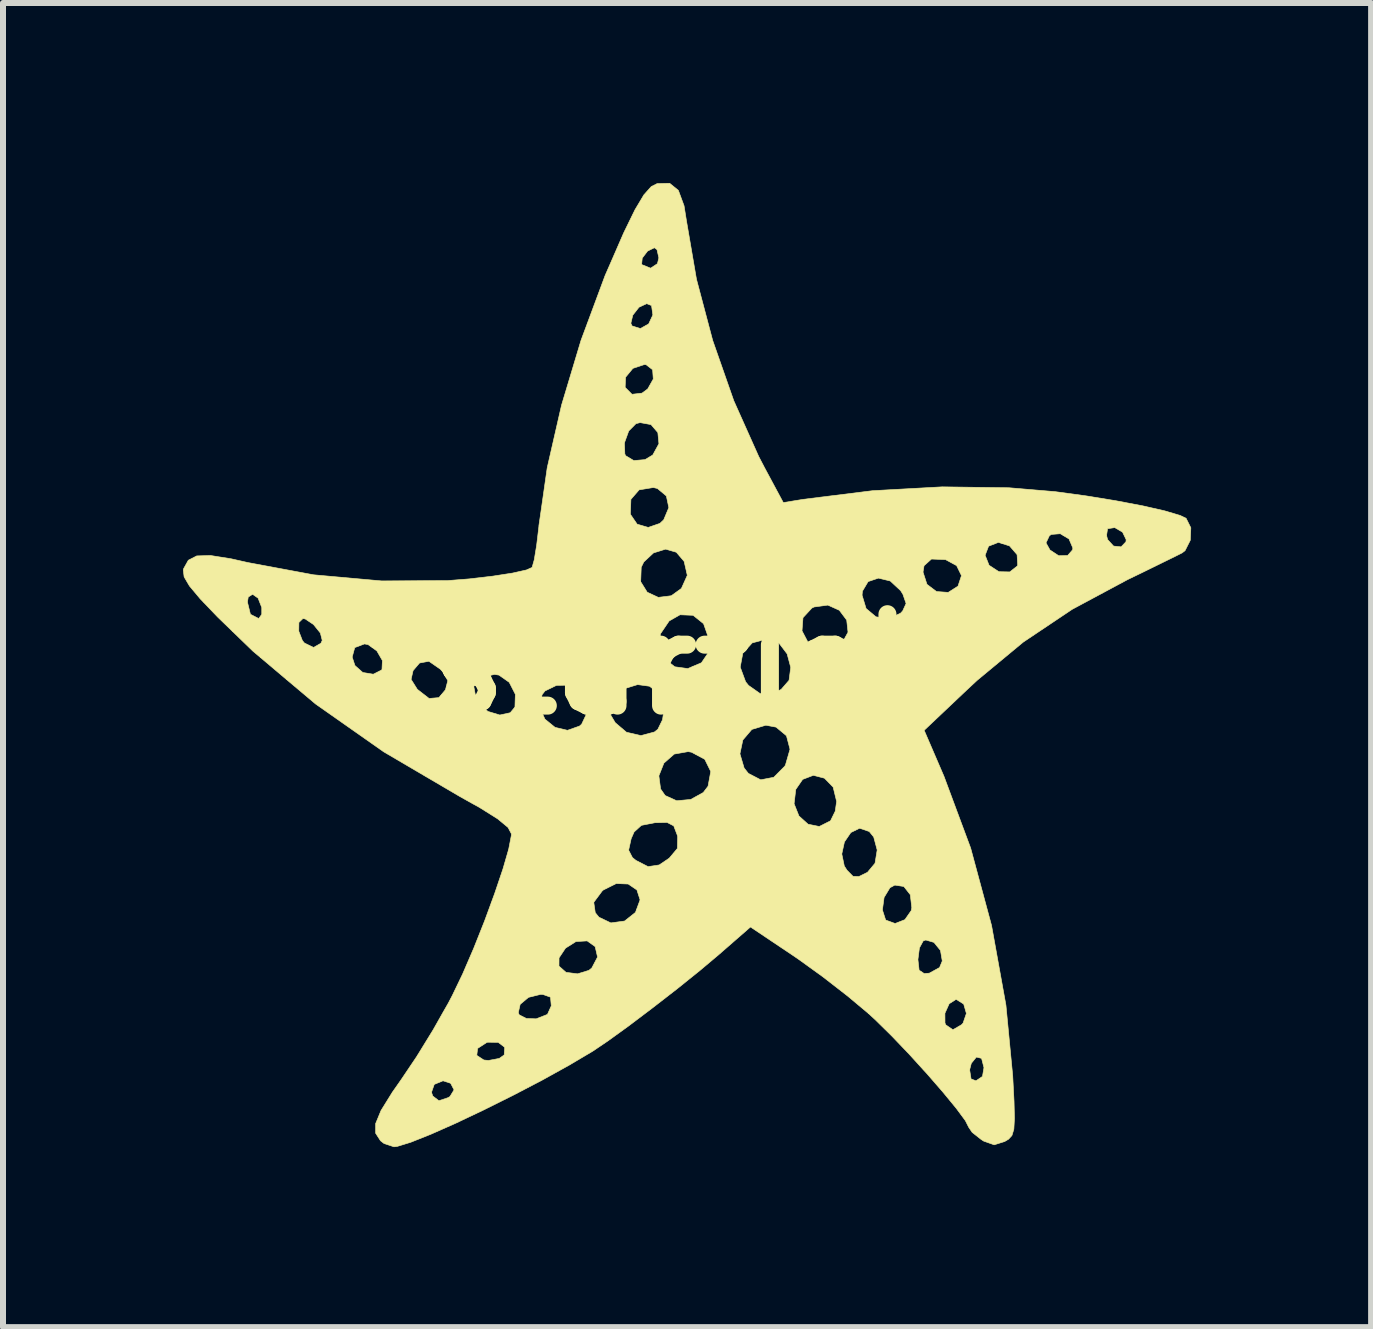
<source format=kicad_pcb>
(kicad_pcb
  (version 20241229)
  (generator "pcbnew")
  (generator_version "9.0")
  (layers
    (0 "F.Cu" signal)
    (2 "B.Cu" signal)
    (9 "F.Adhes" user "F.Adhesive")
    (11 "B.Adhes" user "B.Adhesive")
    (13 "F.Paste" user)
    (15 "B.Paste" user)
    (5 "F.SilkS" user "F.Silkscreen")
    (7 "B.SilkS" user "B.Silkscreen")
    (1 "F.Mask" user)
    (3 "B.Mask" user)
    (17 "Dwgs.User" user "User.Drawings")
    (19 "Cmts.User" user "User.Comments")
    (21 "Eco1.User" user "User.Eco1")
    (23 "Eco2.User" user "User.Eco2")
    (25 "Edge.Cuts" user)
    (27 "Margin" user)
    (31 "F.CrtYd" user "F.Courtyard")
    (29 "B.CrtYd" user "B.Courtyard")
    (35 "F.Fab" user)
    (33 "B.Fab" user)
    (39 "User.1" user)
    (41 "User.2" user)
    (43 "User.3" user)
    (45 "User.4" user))
  (footprint "starfish"
    (layer "F.Cu")
    (at 8.44 8.022)
    (property "Reference" "starfish" (at 0 0 0) (layer "F.SilkS") (effects (font (size 1.524 1.524) (thickness 0.3))))
    (attr through_hole)
    (fp_poly (pts (xy -0.183 -7.899) (xy -0.088 -7.642) (xy -0.047 -7.385) (xy 0.119 -6.417) (xy 0.389 -5.398) (xy 0.741 -4.392) (xy 1.156 -3.464) (xy 1.255 -3.274) (xy 1.566 -2.695) (xy 1.905 -2.75) (xy 3.054 -2.893) (xy 4.214 -2.957) (xy 5.329 -2.942) (xy 6.098 -2.877) (xy 6.612 -2.807) (xy 7.108 -2.726) (xy 7.556 -2.641) (xy 7.924 -2.557) (xy 8.18 -2.481) (xy 8.28 -2.433) (xy 8.359 -2.275) (xy 8.35 -2.067) (xy 8.262 -1.893) (xy 8.213 -1.856) (xy 8.086 -1.792) (xy 7.845 -1.674) (xy 7.531 -1.52) (xy 7.305 -1.411) (xy 6.382 -0.916) (xy 5.567 -0.37) (xy 4.797 0.268) (xy 4.62 0.433) (xy 3.914 1.101) (xy 4.245 1.87) (xy 4.689 3.064) (xy 5.037 4.353) (xy 5.277 5.682) (xy 5.39 6.859) (xy 5.412 7.283) (xy 5.419 7.57) (xy 5.409 7.75) (xy 5.377 7.855) (xy 5.32 7.917) (xy 5.256 7.955) (xy 5.081 8.01) (xy 4.906 7.948) (xy 4.863 7.92) (xy 4.714 7.802) (xy 4.657 7.718) (xy 4.601 7.607) (xy 4.45 7.403) (xy 4.228 7.133) (xy 3.959 6.823) (xy 3.9 6.759) (xy 4.672 6.759) (xy 4.696 6.912) (xy 4.778 6.943) (xy 4.886 6.87) (xy 4.911 6.724) (xy 4.871 6.569) (xy 4.785 6.547) (xy 4.7 6.651) (xy 4.672 6.759) (xy 3.9 6.759) (xy 3.666 6.501) (xy 3.372 6.194) (xy 3.103 5.929) (xy 2.987 5.822) (xy 2.981 5.817) (xy 4.26 5.817) (xy 4.261 5.98) (xy 4.275 6.011) (xy 4.393 6.092) (xy 4.538 6.008) (xy 4.563 5.98) (xy 4.618 5.82) (xy 4.573 5.664) (xy 4.452 5.588) (xy 4.442 5.588) (xy 4.331 5.659) (xy 4.26 5.817) (xy 2.981 5.817) (xy 2.638 5.53) (xy 2.222 5.207) (xy 1.827 4.922) (xy 3.81 4.922) (xy 3.83 5.099) (xy 3.914 5.155) (xy 4 5.149) (xy 4.171 5.055) (xy 4.216 4.946) (xy 4.186 4.77) (xy 4.077 4.636) (xy 3.941 4.596) (xy 3.898 4.612) (xy 3.835 4.728) (xy 3.81 4.922) (xy 1.827 4.922) (xy 1.814 4.913) (xy 1.716 4.846) (xy 1.019 4.379) (xy 0.488 4.842) (xy 0.173 5.107) (xy -0.209 5.414) (xy -0.619 5.732) (xy -1.016 6.032) (xy -1.362 6.282) (xy -1.611 6.45) (xy -2.004 6.683) (xy -2.457 6.934) (xy -2.942 7.187) (xy -3.432 7.431) (xy -3.898 7.652) (xy -4.311 7.835) (xy -4.645 7.968) (xy -4.87 8.037) (xy -4.924 8.043) (xy -5.089 7.988) (xy -5.148 7.942) (xy -5.229 7.816) (xy -5.229 7.657) (xy -5.139 7.438) (xy -4.951 7.135) (xy -4.298 7.135) (xy -4.276 7.197) (xy -4.175 7.275) (xy -4.019 7.223) (xy -3.99 7.205) (xy -3.922 7.094) (xy -3.979 6.984) (xy -4.106 6.943) (xy -4.252 7.003) (xy -4.298 7.135) (xy -4.951 7.135) (xy -4.951 7.135) (xy -4.798 6.916) (xy -4.545 6.54) (xy -4.532 6.519) (xy -3.543 6.519) (xy -3.426 6.596) (xy -3.349 6.604) (xy -3.168 6.57) (xy -3.086 6.512) (xy -3.077 6.385) (xy -3.186 6.302) (xy -3.361 6.3) (xy -3.378 6.305) (xy -3.529 6.403) (xy -3.543 6.519) (xy -4.532 6.519) (xy -4.269 6.091) (xy -4.109 5.808) (xy -2.851 5.808) (xy -2.836 5.843) (xy -2.717 5.904) (xy -2.553 5.91) (xy -2.365 5.836) (xy -2.301 5.694) (xy -2.314 5.549) (xy -2.44 5.504) (xy -2.481 5.503) (xy -2.681 5.552) (xy -2.82 5.669) (xy -2.851 5.808) (xy -4.109 5.808) (xy -4.018 5.649) (xy -3.952 5.523) (xy -3.778 5.161) (xy -3.722 5.031) (xy -2.173 5.031) (xy -2.056 5.135) (xy -1.863 5.16) (xy -1.674 5.102) (xy -1.626 5.063) (xy -1.53 4.88) (xy -1.57 4.706) (xy -1.703 4.611) (xy -1.89 4.622) (xy -2.064 4.732) (xy -2.172 4.894) (xy -2.173 5.031) (xy -3.722 5.031) (xy -3.594 4.734) (xy -3.412 4.276) (xy -3.299 3.968) (xy -1.593 3.968) (xy -1.568 4.141) (xy -1.507 4.216) (xy -1.308 4.311) (xy -1.079 4.28) (xy -0.898 4.136) (xy -0.883 4.095) (xy 3.218 4.095) (xy 3.271 4.259) (xy 3.277 4.265) (xy 3.43 4.321) (xy 3.593 4.257) (xy 3.699 4.105) (xy 3.708 4.057) (xy 3.683 3.841) (xy 3.575 3.704) (xy 3.425 3.681) (xy 3.344 3.725) (xy 3.246 3.887) (xy 3.218 4.095) (xy -0.883 4.095) (xy -0.821 3.927) (xy -0.874 3.762) (xy -1.019 3.663) (xy -1.218 3.655) (xy -1.433 3.762) (xy -1.454 3.781) (xy -1.593 3.968) (xy -3.299 3.968) (xy -3.246 3.824) (xy -3.107 3.413) (xy -3.016 3.099) (xy -1.012 3.099) (xy -0.949 3.221) (xy -0.892 3.268) (xy -0.688 3.373) (xy -0.502 3.345) (xy -0.335 3.232) (xy -0.276 3.162) (xy 2.541 3.162) (xy 2.583 3.363) (xy 2.629 3.434) (xy 2.728 3.535) (xy 2.826 3.538) (xy 2.969 3.468) (xy 3.095 3.317) (xy 3.131 3.096) (xy 3.073 2.879) (xy 2.999 2.788) (xy 2.838 2.733) (xy 2.692 2.805) (xy 2.585 2.962) (xy 2.541 3.162) (xy -0.276 3.162) (xy -0.199 3.07) (xy -0.195 2.874) (xy -0.202 2.846) (xy -0.26 2.694) (xy -0.37 2.637) (xy -0.573 2.641) (xy -0.799 2.685) (xy -0.921 2.796) (xy -0.97 2.908) (xy -1.012 3.099) (xy -3.016 3.099) (xy -3.01 3.077) (xy -2.967 2.854) (xy -2.966 2.826) (xy -3.022 2.72) (xy -3.196 2.576) (xy -3.501 2.385) (xy -3.61 2.325) (xy 1.746 2.325) (xy 1.827 2.529) (xy 1.979 2.666) (xy 2.166 2.704) (xy 2.352 2.61) (xy 2.354 2.608) (xy 2.432 2.449) (xy 2.455 2.286) (xy 2.397 2.048) (xy 2.252 1.899) (xy 2.067 1.851) (xy 1.889 1.919) (xy 1.774 2.086) (xy 1.746 2.325) (xy -3.61 2.325) (xy -3.831 2.201) (xy -4.414 1.859) (xy -0.508 1.859) (xy -0.479 2.079) (xy -0.403 2.188) (xy -0.211 2.275) (xy 0.024 2.253) (xy 0.232 2.138) (xy 0.312 2.033) (xy 0.357 1.787) (xy 0.257 1.584) (xy 0.087 1.493) (xy 0.843 1.493) (xy 0.913 1.729) (xy 0.984 1.819) (xy 1.19 1.926) (xy 1.407 1.884) (xy 1.59 1.7) (xy 1.602 1.68) (xy 1.678 1.417) (xy 1.619 1.192) (xy 1.446 1.048) (xy 1.275 1.016) (xy 1.042 1.086) (xy 0.892 1.262) (xy 0.843 1.493) (xy 0.087 1.493) (xy 0.036 1.466) (xy -0.02 1.456) (xy -0.252 1.497) (xy -0.424 1.648) (xy -0.508 1.859) (xy -4.414 1.859) (xy -5.095 1.459) (xy -6.23 0.662) (xy -6.717 0.252) (xy -4.638 0.252) (xy -4.534 0.418) (xy -4.534 0.418) (xy -4.338 0.57) (xy -4.174 0.556) (xy -4.065 0.425) (xy -4.051 0.37) (xy -3.593 0.37) (xy -3.554 0.579) (xy -3.522 0.635) (xy -3.358 0.786) (xy -3.159 0.846) (xy -2.985 0.808) (xy -2.915 0.723) (xy -2.494 0.723) (xy -2.407 0.915) (xy -2.238 1.052) (xy -2.031 1.101) (xy -1.83 1.03) (xy -1.795 0.999) (xy -1.704 0.806) (xy -1.709 0.716) (xy -1.325 0.716) (xy -1.311 0.846) (xy -1.235 0.974) (xy -1.048 1.133) (xy -0.807 1.189) (xy -0.582 1.129) (xy -0.525 1.084) (xy -0.447 0.925) (xy -0.423 0.762) (xy -0.483 0.505) (xy -0.664 0.366) (xy -0.862 0.339) (xy -1.11 0.415) (xy -1.235 0.55) (xy -1.325 0.716) (xy -1.709 0.716) (xy -1.718 0.576) (xy -1.795 0.44) (xy -1.985 0.348) (xy -2.215 0.352) (xy -2.406 0.445) (xy -2.455 0.508) (xy -2.494 0.723) (xy -2.915 0.723) (xy -2.907 0.714) (xy -2.9 0.501) (xy -3.002 0.301) (xy -3.173 0.181) (xy -3.247 0.169) (xy -3.485 0.224) (xy -3.593 0.37) (xy -4.051 0.37) (xy -4.026 0.273) (xy -4.11 0.125) (xy -4.152 0.081) (xy -4.341 -0.05) (xy -4.497 -0.021) (xy -4.605 0.106) (xy -4.638 0.252) (xy -6.717 0.252) (xy -7.157 -0.12) (xy -5.62 -0.12) (xy -5.574 0.021) (xy -5.443 0.137) (xy -5.268 0.166) (xy -5.13 0.096) (xy -5.123 0.086) (xy -5.116 -0.062) (xy -5.209 -0.223) (xy -5.291 -0.282) (xy -0.498 -0.282) (xy -0.409 -0.088) (xy -0.242 0.042) (xy -0.025 0.072) (xy 0.03 0.048) (xy 0.848 0.048) (xy 0.938 0.292) (xy 0.987 0.353) (xy 1.182 0.49) (xy 1.406 0.476) (xy 1.53 0.42) (xy 1.662 0.268) (xy 1.69 0.052) (xy 1.63 -0.173) (xy 1.496 -0.35) (xy 1.304 -0.423) (xy 1.301 -0.423) (xy 1.048 -0.356) (xy 0.891 -0.183) (xy 0.848 0.048) (xy 0.03 0.048) (xy 0.202 -0.025) (xy 0.313 -0.189) (xy 0.324 -0.426) (xy 0.279 -0.557) (xy 1.878 -0.557) (xy 1.997 -0.33) (xy 2.003 -0.324) (xy 2.192 -0.187) (xy 2.381 -0.212) (xy 2.534 -0.332) (xy 2.645 -0.534) (xy 2.623 -0.736) (xy 2.5 -0.9) (xy 2.309 -0.986) (xy 2.08 -0.955) (xy 2.043 -0.937) (xy 1.894 -0.776) (xy 1.878 -0.557) (xy 0.279 -0.557) (xy 0.237 -0.676) (xy 0.063 -0.816) (xy -0.155 -0.825) (xy -0.336 -0.722) (xy -0.483 -0.505) (xy -0.498 -0.282) (xy -5.291 -0.282) (xy -5.355 -0.328) (xy -5.415 -0.339) (xy -5.577 -0.278) (xy -5.62 -0.12) (xy -7.157 -0.12) (xy -7.274 -0.218) (xy -7.618 -0.551) (xy -6.51 -0.551) (xy -6.45 -0.396) (xy -6.417 -0.355) (xy -6.264 -0.28) (xy -6.141 -0.35) (xy -6.119 -0.398) (xy -6.15 -0.521) (xy -6.265 -0.663) (xy -6.402 -0.755) (xy -6.441 -0.762) (xy -6.508 -0.697) (xy -6.51 -0.551) (xy -7.618 -0.551) (xy -7.862 -0.787) (xy -8.101 -1.037) (xy -7.366 -1.037) (xy -7.316 -0.833) (xy -7.177 -0.762) (xy -7.127 -0.832) (xy -7.127 -0.946) (xy -7.188 -1.102) (xy -7.279 -1.166) (xy -7.352 -1.121) (xy -7.366 -1.037) (xy -8.101 -1.037) (xy -8.152 -1.09) (xy -8.332 -1.305) (xy -8.374 -1.376) (xy -0.811 -1.376) (xy -0.702 -1.201) (xy -0.517 -1.115) (xy -0.301 -1.142) (xy -0.288 -1.151) (xy 2.879 -1.151) (xy 2.946 -0.929) (xy 3.111 -0.791) (xy 3.321 -0.758) (xy 3.52 -0.851) (xy 3.556 -0.889) (xy 3.613 -1.013) (xy 3.56 -1.166) (xy 3.522 -1.227) (xy 3.349 -1.388) (xy 3.152 -1.436) (xy 2.98 -1.378) (xy 2.885 -1.218) (xy 2.879 -1.151) (xy -0.288 -1.151) (xy -0.132 -1.264) (xy -0.034 -1.482) (xy -0.046 -1.536) (xy 3.895 -1.536) (xy 3.961 -1.332) (xy 4.12 -1.212) (xy 4.315 -1.198) (xy 4.478 -1.302) (xy 4.536 -1.478) (xy 4.455 -1.644) (xy 4.271 -1.744) (xy 4.036 -1.754) (xy 3.912 -1.642) (xy 3.895 -1.536) (xy -0.046 -1.536) (xy -0.087 -1.715) (xy -0.174 -1.817) (xy 4.93 -1.817) (xy 4.996 -1.65) (xy 5.16 -1.543) (xy 5.341 -1.539) (xy 5.467 -1.638) (xy 5.473 -1.652) (xy 5.463 -1.827) (xy 5.337 -1.973) (xy 5.178 -2.023) (xy 5.945 -2.023) (xy 6.011 -1.905) (xy 6.157 -1.809) (xy 6.306 -1.813) (xy 6.389 -1.908) (xy 6.392 -1.939) (xy 6.328 -2.089) (xy 6.231 -2.147) (xy 6.954 -2.147) (xy 6.972 -2.078) (xy 7.071 -1.97) (xy 7.197 -1.957) (xy 7.277 -2.041) (xy 7.281 -2.077) (xy 7.221 -2.202) (xy 7.091 -2.278) (xy 6.973 -2.26) (xy 6.971 -2.258) (xy 6.954 -2.147) (xy 6.231 -2.147) (xy 6.183 -2.176) (xy 6.032 -2.164) (xy 6 -2.14) (xy 5.945 -2.023) (xy 5.178 -2.023) (xy 5.152 -2.032) (xy 4.988 -1.968) (xy 4.93 -1.817) (xy -0.174 -1.817) (xy -0.217 -1.867) (xy -0.395 -1.919) (xy -0.597 -1.856) (xy -0.759 -1.705) (xy -0.802 -1.617) (xy -0.811 -1.376) (xy -8.374 -1.376) (xy -8.421 -1.457) (xy -8.435 -1.57) (xy -8.429 -1.594) (xy -8.351 -1.734) (xy -8.211 -1.806) (xy -7.982 -1.813) (xy -7.637 -1.758) (xy -7.357 -1.695) (xy -6.262 -1.491) (xy -5.128 -1.389) (xy -4.025 -1.395) (xy -3.668 -1.423) (xy -3.275 -1.469) (xy -2.946 -1.52) (xy -2.715 -1.572) (xy -2.621 -1.614) (xy -2.585 -1.741) (xy -2.545 -1.985) (xy -2.508 -2.296) (xy -2.507 -2.315) (xy -2.479 -2.505) (xy -0.983 -2.505) (xy -0.982 -2.499) (xy -0.87 -2.335) (xy -0.685 -2.281) (xy -0.491 -2.348) (xy -0.427 -2.408) (xy -0.342 -2.611) (xy -0.383 -2.805) (xy -0.532 -2.93) (xy -0.6 -2.946) (xy -0.837 -2.907) (xy -0.974 -2.749) (xy -0.983 -2.505) (xy -2.479 -2.505) (xy -2.369 -3.275) (xy -2.274 -3.69) (xy -1.082 -3.69) (xy -1.075 -3.504) (xy -1.061 -3.476) (xy -0.926 -3.395) (xy -0.739 -3.411) (xy -0.61 -3.488) (xy -0.507 -3.676) (xy -0.525 -3.862) (xy -0.639 -3.995) (xy -0.821 -4.028) (xy -0.89 -4.01) (xy -1.01 -3.889) (xy -1.082 -3.69) (xy -2.274 -3.69) (xy -2.13 -4.319) (xy -2.041 -4.615) (xy -1.07 -4.615) (xy -0.956 -4.5) (xy -0.789 -4.519) (xy -0.694 -4.589) (xy -0.601 -4.754) (xy -0.612 -4.909) (xy -0.721 -4.993) (xy -0.752 -4.995) (xy -0.941 -4.932) (xy -1.063 -4.784) (xy -1.07 -4.615) (xy -2.041 -4.615) (xy -1.805 -5.401) (xy -1.7 -5.683) (xy -0.975 -5.683) (xy -0.954 -5.639) (xy -0.816 -5.596) (xy -0.678 -5.673) (xy -0.608 -5.822) (xy -0.63 -5.979) (xy -0.711 -6.011) (xy -0.839 -5.951) (xy -0.943 -5.818) (xy -0.975 -5.683) (xy -1.7 -5.683) (xy -1.404 -6.48) (xy -1.322 -6.667) (xy -0.795 -6.667) (xy -0.789 -6.66) (xy -0.646 -6.602) (xy -0.532 -6.677) (xy -0.508 -6.773) (xy -0.539 -6.911) (xy -0.582 -6.943) (xy -0.696 -6.887) (xy -0.785 -6.77) (xy -0.795 -6.667) (xy -1.322 -6.667) (xy -1.093 -7.193) (xy -0.906 -7.576) (xy -0.758 -7.824) (xy -0.634 -7.963) (xy -0.536 -8.012) (xy -0.328 -8.017) (xy -0.183 -7.899)) (stroke (width 0.01) (type solid)) (fill yes) (layer "F.SilkS")))
  (gr_rect
    (start -3 -3)
    (end 19.804 19.071)
    (stroke (width 0.1) (type default))
    (fill no)
    (layer "Edge.Cuts")))
</source>
